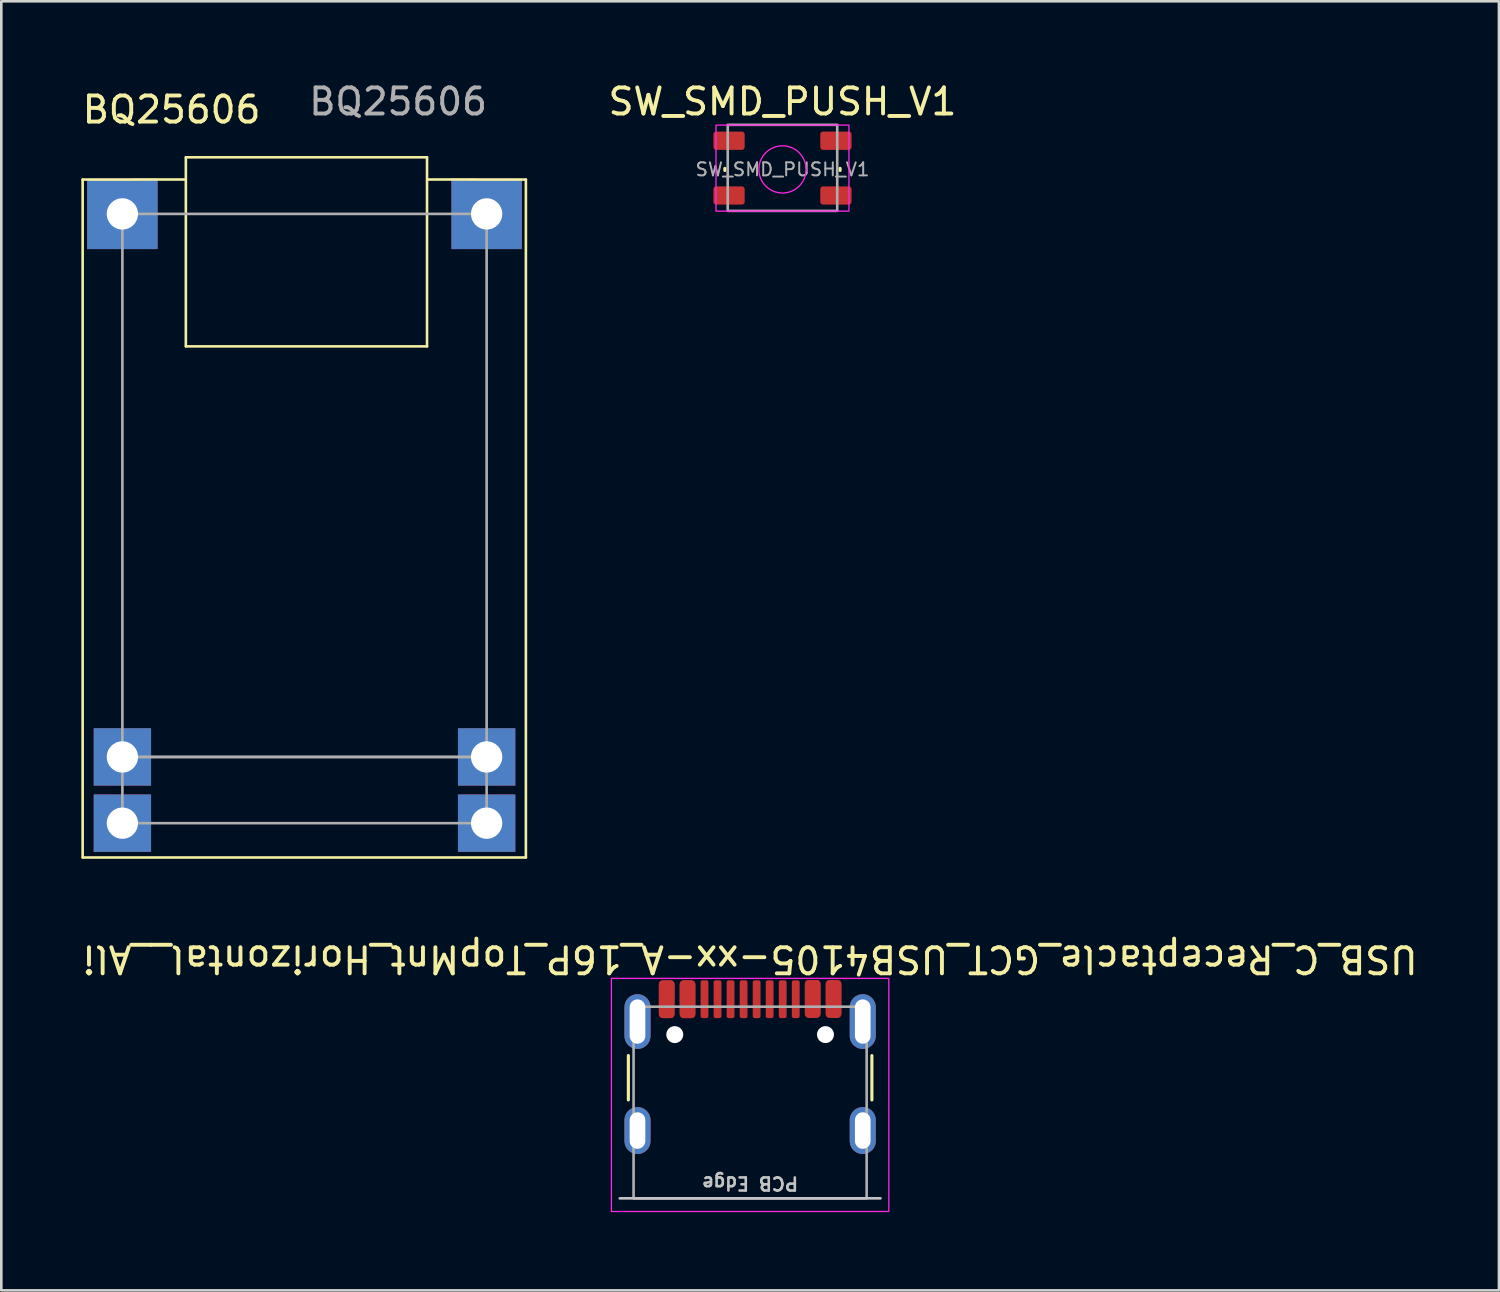
<source format=kicad_pcb>
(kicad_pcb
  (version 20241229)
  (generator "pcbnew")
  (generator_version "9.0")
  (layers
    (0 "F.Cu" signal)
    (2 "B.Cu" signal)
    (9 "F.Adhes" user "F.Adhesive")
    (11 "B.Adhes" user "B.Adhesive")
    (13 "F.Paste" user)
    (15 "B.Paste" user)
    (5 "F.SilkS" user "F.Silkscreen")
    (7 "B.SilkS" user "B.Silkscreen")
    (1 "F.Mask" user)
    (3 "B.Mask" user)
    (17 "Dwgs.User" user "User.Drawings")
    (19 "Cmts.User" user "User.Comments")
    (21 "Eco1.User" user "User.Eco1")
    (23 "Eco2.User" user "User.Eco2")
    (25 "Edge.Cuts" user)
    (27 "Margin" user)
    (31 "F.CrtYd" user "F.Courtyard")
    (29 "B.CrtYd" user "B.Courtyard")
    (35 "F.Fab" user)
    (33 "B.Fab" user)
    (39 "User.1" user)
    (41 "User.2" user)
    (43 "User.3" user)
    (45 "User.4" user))
  (footprint "USB_C_Receptacle_GCT_USB4105-xx-A_16P_TopMnt_Horizontal__Ali"
    (layer "F.Cu")
    (at 25.72 39.236)
    (property "Reference" "USB_C_Receptacle_GCT_USB4105-xx-A_16P_TopMnt_Horizontal__Ali" (at 0 -5.5 180) (unlocked yes) (layer "F.SilkS") (effects (font (size 1 1) (thickness 0.15))))
    (attr smd)
    (fp_line (start -4.67 -0.1) (end -4.67 -1.8) (stroke (width 0.12) (type solid)) (layer "F.SilkS"))
    (fp_line (start 4.67 -0.1) (end 4.67 -1.8) (stroke (width 0.12) (type solid)) (layer "F.SilkS"))
    (fp_line (start 5 3.675) (end -5 3.675) (stroke (width 0.1) (type solid)) (layer "Dwgs.User"))
    (fp_rect (start -5.32 -4.76) (end 5.32 4.18) (stroke (width 0.05) (type solid)) (fill no) (layer "F.CrtYd"))
    (fp_rect (start -4.47 -3.675) (end 4.47 3.675) (stroke (width 0.1) (type solid)) (fill no) (layer "F.Fab"))
    (fp_text user "PCB Edge" (at 0 3.1 180) (unlocked yes) (layer "Dwgs.User") (effects (font (size 0.5 0.5) (thickness 0.1))))
    (pad "" np_thru_hole circle (at -2.89 -2.605 180) (size 0.65 0.65) (drill 0.65) (layers "*.Cu" "*.Mask"))
    (pad "" np_thru_hole circle (at 2.89 -2.605 180) (size 0.65 0.65) (drill 0.65) (layers "*.Cu" "*.Mask"))
    (pad "A1" smd roundrect (at -3.2 -3.962 180) (size 0.6 1.45) (layers "F.Cu" "F.Mask" "F.Paste") (roundrect_rratio 0.25))
    (pad "A4" smd roundrect (at -2.4 -3.962 180) (size 0.6 1.45) (layers "F.Cu" "F.Mask" "F.Paste") (roundrect_rratio 0.25))
    (pad "A5" smd roundrect (at -1.25 -3.962 180) (size 0.3 1.45) (layers "F.Cu" "F.Mask" "F.Paste") (roundrect_rratio 0.25))
    (pad "A6" smd roundrect (at -0.25 -3.962 180) (size 0.3 1.45) (layers "F.Cu" "F.Mask" "F.Paste") (roundrect_rratio 0.25))
    (pad "A7" smd roundrect (at 0.25 -3.962 180) (size 0.3 1.45) (layers "F.Cu" "F.Mask" "F.Paste") (roundrect_rratio 0.25))
    (pad "A8" smd roundrect (at 1.25 -3.962 180) (size 0.3 1.45) (layers "F.Cu" "F.Mask" "F.Paste") (roundrect_rratio 0.25))
    (pad "A9" smd roundrect (at 2.4 -3.975 180) (size 0.6 1.45) (layers "F.Cu" "F.Mask" "F.Paste") (roundrect_rratio 0.25))
    (pad "A12" smd roundrect (at 3.2 -3.975 180) (size 0.6 1.45) (layers "F.Cu" "F.Mask" "F.Paste") (roundrect_rratio 0.25))
    (pad "B1" smd roundrect (at 3.2 -3.97 180) (size 0.6 1.45) (layers "F.Cu" "F.Mask" "F.Paste") (roundrect_rratio 0.25))
    (pad "B4" smd roundrect (at 2.4 -3.975 180) (size 0.6 1.45) (layers "F.Cu" "F.Mask" "F.Paste") (roundrect_rratio 0.25))
    (pad "B5" smd roundrect (at 1.75 -3.962 180) (size 0.3 1.45) (layers "F.Cu" "F.Mask" "F.Paste") (roundrect_rratio 0.25))
    (pad "B6" smd roundrect (at 0.75 -3.962 180) (size 0.3 1.45) (layers "F.Cu" "F.Mask" "F.Paste") (roundrect_rratio 0.25))
    (pad "B7" smd roundrect (at -0.75 -3.962 180) (size 0.3 1.45) (layers "F.Cu" "F.Mask" "F.Paste") (roundrect_rratio 0.25))
    (pad "B8" smd roundrect (at -1.75 -3.962 180) (size 0.3 1.45) (layers "F.Cu" "F.Mask" "F.Paste") (roundrect_rratio 0.25))
    (pad "B9" smd roundrect (at -2.4 -3.962 180) (size 0.6 1.45) (layers "F.Cu" "F.Mask" "F.Paste") (roundrect_rratio 0.25))
    (pad "B12" smd roundrect (at -3.2 -3.962 180) (size 0.6 1.45) (layers "F.Cu" "F.Mask" "F.Paste") (roundrect_rratio 0.25))
    (pad "S1" thru_hole oval (at -4.32 -3.105 180) (size 1 2.1) (drill oval 0.6 1.7) (layers "*.Cu" "*.Mask" "F.Paste"))
    (pad "S1" thru_hole oval (at -4.32 1.075 180) (size 1 1.8) (drill oval 0.6 1.4) (layers "*.Cu" "*.Mask" "F.Paste"))
    (pad "S1" thru_hole oval (at 4.32 -3.105 180) (size 1 2.1) (drill oval 0.6 1.7) (layers "*.Cu" "*.Mask" "F.Paste"))
    (pad "S1" thru_hole oval (at 4.32 1.075 180) (size 1 1.8) (drill oval 0.6 1.4) (layers "*.Cu" "*.Mask" "F.Paste")))
  (footprint "BQ25606"
    (layer "F.Cu")
    (at 8.62 13.038)
    (property "Reference" "BQ25606" (at -5.09 -11.88 180) (layer "F.SilkS") (effects (font (size 1 1) (thickness 0.15))))
    (attr smd)
    (fp_line (start -8.5 -9.2) (end -8.5 16.8) (stroke (width 0.1) (type default)) (layer "F.SilkS"))
    (fp_line (start -8.5 16.8) (end 8.5 16.8) (stroke (width 0.1) (type default)) (layer "F.SilkS"))
    (fp_line (start -4.576 -9.204) (end -8.5 -9.2) (stroke (width 0.1) (type default)) (layer "F.SilkS"))
    (fp_line (start -4.542 -10.054) (end 4.708 -10.054) (stroke (width 0.1) (type default)) (layer "F.SilkS"))
    (fp_line (start -4.542 -2.804) (end -4.542 -10.054) (stroke (width 0.1) (type default)) (layer "F.SilkS"))
    (fp_line (start 4.708 -10.054) (end 4.708 -2.804) (stroke (width 0.1) (type default)) (layer "F.SilkS"))
    (fp_line (start 4.708 -2.804) (end -4.542 -2.804) (stroke (width 0.1) (type default)) (layer "F.SilkS"))
    (fp_line (start 8.5 -9.2) (end 4.724 -9.204) (stroke (width 0.1) (type default)) (layer "F.SilkS"))
    (fp_line (start 8.5 16.8) (end 8.5 -9.2) (stroke (width 0.1) (type default)) (layer "F.SilkS"))
    (fp_rect (start -6.976 -7.884) (end 6.994 12.944) (stroke (width 0.1) (type default)) (fill no) (layer "F.Fab"))
    (fp_rect (start -6.976 12.944) (end 6.994 15.484) (stroke (width 0.1) (type default)) (fill no) (layer "F.Fab"))
    (fp_text user "${REFERENCE}" (at 3.6 -12.19 0) (layer "F.Fab") (effects (font (size 1 1) (thickness 0.15))))
    (pad "1" thru_hole rect (at -6.976 -7.884) (size 2.7 2.7) (drill 1.2) (layers "*.Cu" "*.Mask"))
    (pad "2" thru_hole rect (at -6.976 12.944) (size 2.2 2.2) (drill 1.2) (layers "*.Cu" "*.Mask"))
    (pad "3" thru_hole rect (at -6.976 15.484) (size 2.2 2.2) (drill 1.2) (layers "*.Cu" "*.Mask"))
    (pad "4" thru_hole rect (at 6.994 15.484) (size 2.2 2.2) (drill 1.2) (layers "*.Cu" "*.Mask"))
    (pad "5" thru_hole rect (at 6.994 12.944) (size 2.2 2.2) (drill 1.2) (layers "*.Cu" "*.Mask"))
    (pad "6" thru_hole rect (at 6.994 -7.884) (size 2.7 2.7) (drill 1.2) (layers "*.Cu" "*.Mask")))
  (footprint "SW_SMD_PUSH_V1"
    (layer "F.Cu")
    (at 26.961 3.448)
    (property "Reference" "SW_SMD_PUSH_V1" (at 0 -2.6 0) (layer "F.SilkS") (effects (font (size 1 1) (thickness 0.15))))
    (attr smd)
    (fp_line (start -2.21 -0.04) (end -2.21 0.04) (stroke (width 0.12) (type default)) (layer "F.SilkS"))
    (fp_line (start 2.21 -0.04) (end 2.21 0.04) (stroke (width 0.12) (type default)) (layer "F.SilkS"))
    (fp_rect (start -2.55 -1.7) (end 2.55 1.6) (stroke (width 0.05) (type default)) (fill no) (layer "F.CrtYd"))
    (fp_circle (center 0 0) (end 0.1 -0.9) (stroke (width 0.05) (type default)) (fill no) (layer "F.CrtYd"))
    (fp_rect (start -2.1 -1.71) (end 2.1 1.59) (stroke (width 0.1) (type default)) (fill no) (layer "F.Fab"))
    (fp_text user "${REFERENCE}" (at 0 0 0) (layer "F.Fab") (effects (font (size 0.5 0.5) (thickness 0.075))))
    (pad "1" smd roundrect (at -2.05 -1.1) (size 1.2 0.7) (layers "F.Cu" "F.Mask" "F.Paste") (roundrect_rratio 0.15))
    (pad "1" smd roundrect (at 2.05 -1.1) (size 1.2 0.7) (layers "F.Cu" "F.Mask" "F.Paste") (roundrect_rratio 0.15))
    (pad "2" smd roundrect (at -2.05 1) (size 1.2 0.7) (layers "F.Cu" "F.Mask" "F.Paste") (roundrect_rratio 0.15))
    (pad "2" smd roundrect (at 2.05 1) (size 1.2 0.7) (layers "F.Cu" "F.Mask" "F.Paste") (roundrect_rratio 0.15)))
  (gr_rect
    (start -3 -3)
    (end 54.44 46.441)
    (stroke (width 0.1) (type default))
    (fill no)
    (layer "Edge.Cuts")))
</source>
